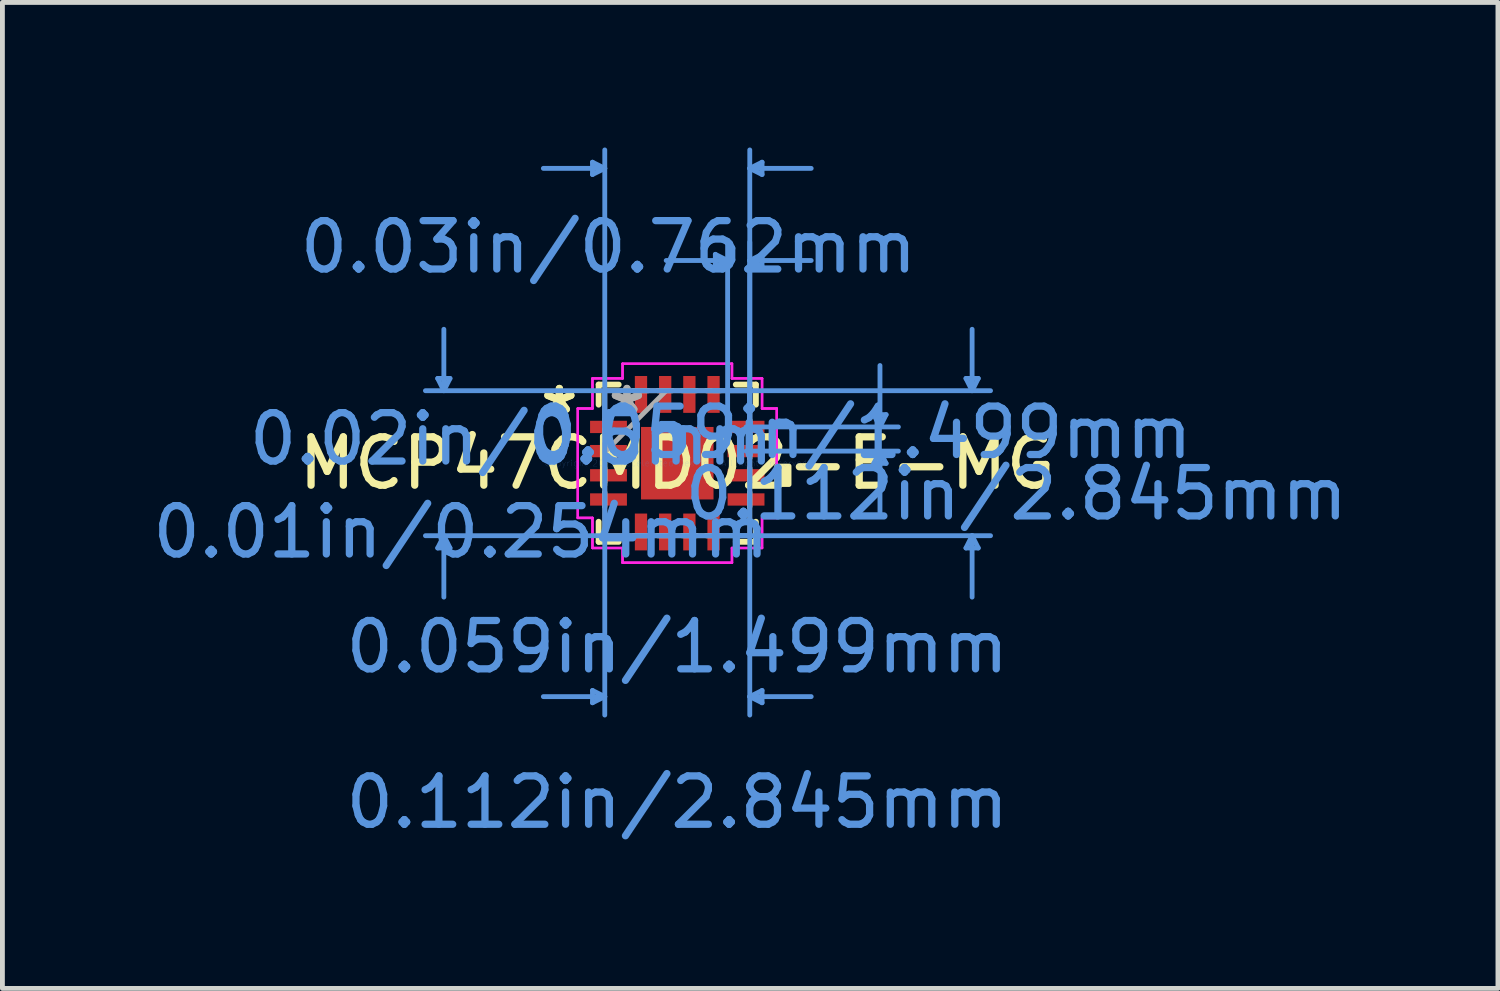
<source format=kicad_pcb>
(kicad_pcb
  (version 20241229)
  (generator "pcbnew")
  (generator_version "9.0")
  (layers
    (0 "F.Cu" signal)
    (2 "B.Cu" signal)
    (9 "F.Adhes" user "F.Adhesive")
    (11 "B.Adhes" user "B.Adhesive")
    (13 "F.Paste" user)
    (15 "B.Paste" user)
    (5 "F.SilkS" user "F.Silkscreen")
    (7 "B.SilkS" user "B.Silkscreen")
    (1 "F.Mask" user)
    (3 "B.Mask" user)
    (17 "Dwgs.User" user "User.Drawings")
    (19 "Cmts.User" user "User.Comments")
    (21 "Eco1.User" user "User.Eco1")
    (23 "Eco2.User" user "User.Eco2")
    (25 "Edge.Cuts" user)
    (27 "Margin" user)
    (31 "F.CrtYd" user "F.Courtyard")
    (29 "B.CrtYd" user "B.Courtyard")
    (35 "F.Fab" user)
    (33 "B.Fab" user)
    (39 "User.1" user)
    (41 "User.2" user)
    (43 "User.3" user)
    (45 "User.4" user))
  (footprint "MCP47CMD02-E-MG"
    (layer "F.Cu")
    (at 10.953 6.527)
    (property "Reference" "MCP47CMD02-E-MG" (at 0 0 0) (layer "F.SilkS") (effects (font (size 1 1) (thickness 0.15))))
    (attr through_hole)
    (fp_line (start -1.626 -1.626) (end -1.626 -1.21) (stroke (width 0.12) (type solid)) (layer "F.SilkS"))
    (fp_line (start -1.626 1.21) (end -1.626 1.626) (stroke (width 0.12) (type solid)) (layer "F.SilkS"))
    (fp_line (start -1.626 1.626) (end -1.21 1.626) (stroke (width 0.12) (type solid)) (layer "F.SilkS"))
    (fp_line (start -1.21 -1.626) (end -1.626 -1.626) (stroke (width 0.12) (type solid)) (layer "F.SilkS"))
    (fp_line (start 1.21 1.626) (end 1.626 1.626) (stroke (width 0.12) (type solid)) (layer "F.SilkS"))
    (fp_line (start 1.626 -1.626) (end 1.21 -1.626) (stroke (width 0.12) (type solid)) (layer "F.SilkS"))
    (fp_line (start 1.626 -1.21) (end 1.626 -1.626) (stroke (width 0.12) (type solid)) (layer "F.SilkS"))
    (fp_line (start 1.626 1.626) (end 1.626 1.21) (stroke (width 0.12) (type solid)) (layer "F.SilkS"))
    (fp_poly (pts (xy 2.311 0.059) (xy 2.311 0.441) (xy 2.057 0.441) (xy 2.057 0.059)) (stroke (width 0.1) (type solid)) (fill yes) (layer "F.SilkS"))
    (fp_line (start -4.953 -1.753) (end -4.699 -1.753) (stroke (width 0.1) (type solid)) (layer "Cmts.User"))
    (fp_line (start -4.953 1.753) (end -4.699 1.753) (stroke (width 0.1) (type solid)) (layer "Cmts.User"))
    (fp_line (start -4.826 -1.499) (end -4.953 -1.753) (stroke (width 0.1) (type solid)) (layer "Cmts.User"))
    (fp_line (start -4.826 -1.499) (end -4.826 -2.769) (stroke (width 0.1) (type solid)) (layer "Cmts.User"))
    (fp_line (start -4.826 -1.499) (end -4.699 -1.753) (stroke (width 0.1) (type solid)) (layer "Cmts.User"))
    (fp_line (start -4.826 1.499) (end -4.953 1.753) (stroke (width 0.1) (type solid)) (layer "Cmts.User"))
    (fp_line (start -4.826 1.499) (end -4.826 2.769) (stroke (width 0.1) (type solid)) (layer "Cmts.User"))
    (fp_line (start -4.826 1.499) (end -4.699 1.753) (stroke (width 0.1) (type solid)) (layer "Cmts.User"))
    (fp_line (start -1.753 -6.223) (end -1.753 -5.969) (stroke (width 0.1) (type solid)) (layer "Cmts.User"))
    (fp_line (start -1.753 4.699) (end -1.753 4.953) (stroke (width 0.1) (type solid)) (layer "Cmts.User"))
    (fp_line (start -1.499 -6.096) (end -2.769 -6.096) (stroke (width 0.1) (type solid)) (layer "Cmts.User"))
    (fp_line (start -1.499 -6.096) (end -1.753 -6.223) (stroke (width 0.1) (type solid)) (layer "Cmts.User"))
    (fp_line (start -1.499 -6.096) (end -1.753 -5.969) (stroke (width 0.1) (type solid)) (layer "Cmts.User"))
    (fp_line (start -1.499 -1.499) (end -1.499 5.207) (stroke (width 0.1) (type solid)) (layer "Cmts.User"))
    (fp_line (start -1.499 -0.75) (end -1.499 -6.477) (stroke (width 0.1) (type solid)) (layer "Cmts.User"))
    (fp_line (start -1.499 4.826) (end -2.769 4.826) (stroke (width 0.1) (type solid)) (layer "Cmts.User"))
    (fp_line (start -1.499 4.826) (end -1.753 4.699) (stroke (width 0.1) (type solid)) (layer "Cmts.User"))
    (fp_line (start -1.499 4.826) (end -1.753 4.953) (stroke (width 0.1) (type solid)) (layer "Cmts.User"))
    (fp_line (start 0.75 -1.499) (end 6.477 -1.499) (stroke (width 0.1) (type solid)) (layer "Cmts.User"))
    (fp_line (start 0.75 1.499) (end 6.477 1.499) (stroke (width 0.1) (type solid)) (layer "Cmts.User"))
    (fp_line (start 0.787 -4.318) (end 0.787 -4.064) (stroke (width 0.1) (type solid)) (layer "Cmts.User"))
    (fp_line (start 1.041 -4.191) (end -0.229 -4.191) (stroke (width 0.1) (type solid)) (layer "Cmts.User"))
    (fp_line (start 1.041 -4.191) (end 0.787 -4.318) (stroke (width 0.1) (type solid)) (layer "Cmts.User"))
    (fp_line (start 1.041 -4.191) (end 0.787 -4.064) (stroke (width 0.1) (type solid)) (layer "Cmts.User"))
    (fp_line (start 1.041 -0.75) (end 1.041 -4.572) (stroke (width 0.1) (type solid)) (layer "Cmts.User"))
    (fp_line (start 1.422 -0.75) (end 4.572 -0.75) (stroke (width 0.1) (type solid)) (layer "Cmts.User"))
    (fp_line (start 1.422 -0.25) (end 4.572 -0.25) (stroke (width 0.1) (type solid)) (layer "Cmts.User"))
    (fp_line (start 1.499 -6.096) (end 1.753 -6.223) (stroke (width 0.1) (type solid)) (layer "Cmts.User"))
    (fp_line (start 1.499 -6.096) (end 1.753 -5.969) (stroke (width 0.1) (type solid)) (layer "Cmts.User"))
    (fp_line (start 1.499 -6.096) (end 2.769 -6.096) (stroke (width 0.1) (type solid)) (layer "Cmts.User"))
    (fp_line (start 1.499 -4.191) (end 1.753 -4.318) (stroke (width 0.1) (type solid)) (layer "Cmts.User"))
    (fp_line (start 1.499 -4.191) (end 1.753 -4.064) (stroke (width 0.1) (type solid)) (layer "Cmts.User"))
    (fp_line (start 1.499 -4.191) (end 2.769 -4.191) (stroke (width 0.1) (type solid)) (layer "Cmts.User"))
    (fp_line (start 1.499 -1.499) (end -5.207 -1.499) (stroke (width 0.1) (type solid)) (layer "Cmts.User"))
    (fp_line (start 1.499 -1.499) (end 1.499 5.207) (stroke (width 0.1) (type solid)) (layer "Cmts.User"))
    (fp_line (start 1.499 -0.75) (end 1.499 -6.477) (stroke (width 0.1) (type solid)) (layer "Cmts.User"))
    (fp_line (start 1.499 -0.75) (end 1.499 -4.572) (stroke (width 0.1) (type solid)) (layer "Cmts.User"))
    (fp_line (start 1.499 1.499) (end -5.207 1.499) (stroke (width 0.1) (type solid)) (layer "Cmts.User"))
    (fp_line (start 1.499 4.826) (end 1.753 4.699) (stroke (width 0.1) (type solid)) (layer "Cmts.User"))
    (fp_line (start 1.499 4.826) (end 1.753 4.953) (stroke (width 0.1) (type solid)) (layer "Cmts.User"))
    (fp_line (start 1.499 4.826) (end 2.769 4.826) (stroke (width 0.1) (type solid)) (layer "Cmts.User"))
    (fp_line (start 1.753 -6.223) (end 1.753 -5.969) (stroke (width 0.1) (type solid)) (layer "Cmts.User"))
    (fp_line (start 1.753 -4.318) (end 1.753 -4.064) (stroke (width 0.1) (type solid)) (layer "Cmts.User"))
    (fp_line (start 1.753 4.699) (end 1.753 4.953) (stroke (width 0.1) (type solid)) (layer "Cmts.User"))
    (fp_line (start 4.064 -1.004) (end 4.318 -1.004) (stroke (width 0.1) (type solid)) (layer "Cmts.User"))
    (fp_line (start 4.064 0.004) (end 4.318 0.004) (stroke (width 0.1) (type solid)) (layer "Cmts.User"))
    (fp_line (start 4.191 -0.75) (end 4.064 -1.004) (stroke (width 0.1) (type solid)) (layer "Cmts.User"))
    (fp_line (start 4.191 -0.75) (end 4.191 -2.02) (stroke (width 0.1) (type solid)) (layer "Cmts.User"))
    (fp_line (start 4.191 -0.75) (end 4.318 -1.004) (stroke (width 0.1) (type solid)) (layer "Cmts.User"))
    (fp_line (start 4.191 -0.25) (end 4.064 0.004) (stroke (width 0.1) (type solid)) (layer "Cmts.User"))
    (fp_line (start 4.191 -0.25) (end 4.191 1.02) (stroke (width 0.1) (type solid)) (layer "Cmts.User"))
    (fp_line (start 4.191 -0.25) (end 4.318 0.004) (stroke (width 0.1) (type solid)) (layer "Cmts.User"))
    (fp_line (start 5.969 -1.753) (end 6.223 -1.753) (stroke (width 0.1) (type solid)) (layer "Cmts.User"))
    (fp_line (start 5.969 1.753) (end 6.223 1.753) (stroke (width 0.1) (type solid)) (layer "Cmts.User"))
    (fp_line (start 6.096 -1.499) (end 5.969 -1.753) (stroke (width 0.1) (type solid)) (layer "Cmts.User"))
    (fp_line (start 6.096 -1.499) (end 6.096 -2.769) (stroke (width 0.1) (type solid)) (layer "Cmts.User"))
    (fp_line (start 6.096 -1.499) (end 6.223 -1.753) (stroke (width 0.1) (type solid)) (layer "Cmts.User"))
    (fp_line (start 6.096 1.499) (end 5.969 1.753) (stroke (width 0.1) (type solid)) (layer "Cmts.User"))
    (fp_line (start 6.096 1.499) (end 6.096 2.769) (stroke (width 0.1) (type solid)) (layer "Cmts.User"))
    (fp_line (start 6.096 1.499) (end 6.223 1.753) (stroke (width 0.1) (type solid)) (layer "Cmts.User"))
    (fp_line (start -2.057 -1.131) (end -1.753 -1.131) (stroke (width 0.05) (type solid)) (layer "F.CrtYd"))
    (fp_line (start -2.057 -1.131) (end -1.753 -1.131) (stroke (width 0.05) (type solid)) (layer "F.CrtYd"))
    (fp_line (start -2.057 1.131) (end -2.057 -1.131) (stroke (width 0.05) (type solid)) (layer "F.CrtYd"))
    (fp_line (start -2.057 1.131) (end -2.057 -1.131) (stroke (width 0.05) (type solid)) (layer "F.CrtYd"))
    (fp_line (start -1.753 -1.753) (end -1.131 -1.753) (stroke (width 0.05) (type solid)) (layer "F.CrtYd"))
    (fp_line (start -1.753 -1.753) (end -1.131 -1.753) (stroke (width 0.05) (type solid)) (layer "F.CrtYd"))
    (fp_line (start -1.753 -1.131) (end -1.753 -1.753) (stroke (width 0.05) (type solid)) (layer "F.CrtYd"))
    (fp_line (start -1.753 -1.131) (end -1.753 -1.753) (stroke (width 0.05) (type solid)) (layer "F.CrtYd"))
    (fp_line (start -1.753 1.131) (end -2.057 1.131) (stroke (width 0.05) (type solid)) (layer "F.CrtYd"))
    (fp_line (start -1.753 1.131) (end -2.057 1.131) (stroke (width 0.05) (type solid)) (layer "F.CrtYd"))
    (fp_line (start -1.753 1.753) (end -1.753 1.131) (stroke (width 0.05) (type solid)) (layer "F.CrtYd"))
    (fp_line (start -1.753 1.753) (end -1.753 1.131) (stroke (width 0.05) (type solid)) (layer "F.CrtYd"))
    (fp_line (start -1.131 -2.057) (end 1.131 -2.057) (stroke (width 0.05) (type solid)) (layer "F.CrtYd"))
    (fp_line (start -1.131 -2.057) (end 1.131 -2.057) (stroke (width 0.05) (type solid)) (layer "F.CrtYd"))
    (fp_line (start -1.131 -1.753) (end -1.131 -2.057) (stroke (width 0.05) (type solid)) (layer "F.CrtYd"))
    (fp_line (start -1.131 -1.753) (end -1.131 -2.057) (stroke (width 0.05) (type solid)) (layer "F.CrtYd"))
    (fp_line (start -1.131 1.753) (end -1.753 1.753) (stroke (width 0.05) (type solid)) (layer "F.CrtYd"))
    (fp_line (start -1.131 1.753) (end -1.753 1.753) (stroke (width 0.05) (type solid)) (layer "F.CrtYd"))
    (fp_line (start -1.131 2.057) (end -1.131 1.753) (stroke (width 0.05) (type solid)) (layer "F.CrtYd"))
    (fp_line (start -1.131 2.057) (end -1.131 1.753) (stroke (width 0.05) (type solid)) (layer "F.CrtYd"))
    (fp_line (start 1.131 -2.057) (end 1.131 -1.753) (stroke (width 0.05) (type solid)) (layer "F.CrtYd"))
    (fp_line (start 1.131 -2.057) (end 1.131 -1.753) (stroke (width 0.05) (type solid)) (layer "F.CrtYd"))
    (fp_line (start 1.131 -1.753) (end 1.753 -1.753) (stroke (width 0.05) (type solid)) (layer "F.CrtYd"))
    (fp_line (start 1.131 -1.753) (end 1.753 -1.753) (stroke (width 0.05) (type solid)) (layer "F.CrtYd"))
    (fp_line (start 1.131 1.753) (end 1.131 2.057) (stroke (width 0.05) (type solid)) (layer "F.CrtYd"))
    (fp_line (start 1.131 1.753) (end 1.131 2.057) (stroke (width 0.05) (type solid)) (layer "F.CrtYd"))
    (fp_line (start 1.131 2.057) (end -1.131 2.057) (stroke (width 0.05) (type solid)) (layer "F.CrtYd"))
    (fp_line (start 1.131 2.057) (end -1.131 2.057) (stroke (width 0.05) (type solid)) (layer "F.CrtYd"))
    (fp_line (start 1.753 -1.753) (end 1.753 -1.131) (stroke (width 0.05) (type solid)) (layer "F.CrtYd"))
    (fp_line (start 1.753 -1.753) (end 1.753 -1.131) (stroke (width 0.05) (type solid)) (layer "F.CrtYd"))
    (fp_line (start 1.753 -1.131) (end 2.057 -1.131) (stroke (width 0.05) (type solid)) (layer "F.CrtYd"))
    (fp_line (start 1.753 -1.131) (end 2.057 -1.131) (stroke (width 0.05) (type solid)) (layer "F.CrtYd"))
    (fp_line (start 1.753 1.131) (end 1.753 1.753) (stroke (width 0.05) (type solid)) (layer "F.CrtYd"))
    (fp_line (start 1.753 1.131) (end 1.753 1.753) (stroke (width 0.05) (type solid)) (layer "F.CrtYd"))
    (fp_line (start 1.753 1.753) (end 1.131 1.753) (stroke (width 0.05) (type solid)) (layer "F.CrtYd"))
    (fp_line (start 1.753 1.753) (end 1.131 1.753) (stroke (width 0.05) (type solid)) (layer "F.CrtYd"))
    (fp_line (start 2.057 -1.131) (end 2.057 1.131) (stroke (width 0.05) (type solid)) (layer "F.CrtYd"))
    (fp_line (start 2.057 -1.131) (end 2.057 1.131) (stroke (width 0.05) (type solid)) (layer "F.CrtYd"))
    (fp_line (start 2.057 1.131) (end 1.753 1.131) (stroke (width 0.05) (type solid)) (layer "F.CrtYd"))
    (fp_line (start 2.057 1.131) (end 1.753 1.131) (stroke (width 0.05) (type solid)) (layer "F.CrtYd"))
    (fp_line (start -1.499 -1.499) (end -1.499 -1.499) (stroke (width 0.1) (type solid)) (layer "F.Fab"))
    (fp_line (start -1.499 -1.499) (end -1.499 1.499) (stroke (width 0.1) (type solid)) (layer "F.Fab"))
    (fp_line (start -1.499 -0.902) (end -1.499 -0.902) (stroke (width 0.1) (type solid)) (layer "F.Fab"))
    (fp_line (start -1.499 -0.902) (end -1.499 -0.598) (stroke (width 0.1) (type solid)) (layer "F.Fab"))
    (fp_line (start -1.499 -0.598) (end -1.499 -0.902) (stroke (width 0.1) (type solid)) (layer "F.Fab"))
    (fp_line (start -1.499 -0.598) (end -1.499 -0.598) (stroke (width 0.1) (type solid)) (layer "F.Fab"))
    (fp_line (start -1.499 -0.402) (end -1.499 -0.402) (stroke (width 0.1) (type solid)) (layer "F.Fab"))
    (fp_line (start -1.499 -0.402) (end -1.499 -0.098) (stroke (width 0.1) (type solid)) (layer "F.Fab"))
    (fp_line (start -1.499 -0.229) (end -0.229 -1.499) (stroke (width 0.1) (type solid)) (layer "F.Fab"))
    (fp_line (start -1.499 -0.098) (end -1.499 -0.402) (stroke (width 0.1) (type solid)) (layer "F.Fab"))
    (fp_line (start -1.499 -0.098) (end -1.499 -0.098) (stroke (width 0.1) (type solid)) (layer "F.Fab"))
    (fp_line (start -1.499 0.098) (end -1.499 0.098) (stroke (width 0.1) (type solid)) (layer "F.Fab"))
    (fp_line (start -1.499 0.098) (end -1.499 0.402) (stroke (width 0.1) (type solid)) (layer "F.Fab"))
    (fp_line (start -1.499 0.402) (end -1.499 0.098) (stroke (width 0.1) (type solid)) (layer "F.Fab"))
    (fp_line (start -1.499 0.402) (end -1.499 0.402) (stroke (width 0.1) (type solid)) (layer "F.Fab"))
    (fp_line (start -1.499 0.598) (end -1.499 0.598) (stroke (width 0.1) (type solid)) (layer "F.Fab"))
    (fp_line (start -1.499 0.598) (end -1.499 0.902) (stroke (width 0.1) (type solid)) (layer "F.Fab"))
    (fp_line (start -1.499 0.902) (end -1.499 0.598) (stroke (width 0.1) (type solid)) (layer "F.Fab"))
    (fp_line (start -1.499 0.902) (end -1.499 0.902) (stroke (width 0.1) (type solid)) (layer "F.Fab"))
    (fp_line (start -1.499 1.499) (end -1.499 1.499) (stroke (width 0.1) (type solid)) (layer "F.Fab"))
    (fp_line (start -1.499 1.499) (end 1.499 1.499) (stroke (width 0.1) (type solid)) (layer "F.Fab"))
    (fp_line (start -0.902 -1.499) (end -0.902 -1.499) (stroke (width 0.1) (type solid)) (layer "F.Fab"))
    (fp_line (start -0.902 -1.499) (end -0.598 -1.499) (stroke (width 0.1) (type solid)) (layer "F.Fab"))
    (fp_line (start -0.902 1.499) (end -0.902 1.499) (stroke (width 0.1) (type solid)) (layer "F.Fab"))
    (fp_line (start -0.902 1.499) (end -0.598 1.499) (stroke (width 0.1) (type solid)) (layer "F.Fab"))
    (fp_line (start -0.598 -1.499) (end -0.902 -1.499) (stroke (width 0.1) (type solid)) (layer "F.Fab"))
    (fp_line (start -0.598 -1.499) (end -0.598 -1.499) (stroke (width 0.1) (type solid)) (layer "F.Fab"))
    (fp_line (start -0.598 1.499) (end -0.902 1.499) (stroke (width 0.1) (type solid)) (layer "F.Fab"))
    (fp_line (start -0.598 1.499) (end -0.598 1.499) (stroke (width 0.1) (type solid)) (layer "F.Fab"))
    (fp_line (start -0.402 -1.499) (end -0.402 -1.499) (stroke (width 0.1) (type solid)) (layer "F.Fab"))
    (fp_line (start -0.402 -1.499) (end -0.098 -1.499) (stroke (width 0.1) (type solid)) (layer "F.Fab"))
    (fp_line (start -0.402 1.499) (end -0.402 1.499) (stroke (width 0.1) (type solid)) (layer "F.Fab"))
    (fp_line (start -0.402 1.499) (end -0.098 1.499) (stroke (width 0.1) (type solid)) (layer "F.Fab"))
    (fp_line (start -0.098 -1.499) (end -0.402 -1.499) (stroke (width 0.1) (type solid)) (layer "F.Fab"))
    (fp_line (start -0.098 -1.499) (end -0.098 -1.499) (stroke (width 0.1) (type solid)) (layer "F.Fab"))
    (fp_line (start -0.098 1.499) (end -0.402 1.499) (stroke (width 0.1) (type solid)) (layer "F.Fab"))
    (fp_line (start -0.098 1.499) (end -0.098 1.499) (stroke (width 0.1) (type solid)) (layer "F.Fab"))
    (fp_line (start 0.098 -1.499) (end 0.098 -1.499) (stroke (width 0.1) (type solid)) (layer "F.Fab"))
    (fp_line (start 0.098 -1.499) (end 0.402 -1.499) (stroke (width 0.1) (type solid)) (layer "F.Fab"))
    (fp_line (start 0.098 1.499) (end 0.098 1.499) (stroke (width 0.1) (type solid)) (layer "F.Fab"))
    (fp_line (start 0.098 1.499) (end 0.402 1.499) (stroke (width 0.1) (type solid)) (layer "F.Fab"))
    (fp_line (start 0.402 -1.499) (end 0.098 -1.499) (stroke (width 0.1) (type solid)) (layer "F.Fab"))
    (fp_line (start 0.402 -1.499) (end 0.402 -1.499) (stroke (width 0.1) (type solid)) (layer "F.Fab"))
    (fp_line (start 0.402 1.499) (end 0.098 1.499) (stroke (width 0.1) (type solid)) (layer "F.Fab"))
    (fp_line (start 0.402 1.499) (end 0.402 1.499) (stroke (width 0.1) (type solid)) (layer "F.Fab"))
    (fp_line (start 0.598 -1.499) (end 0.598 -1.499) (stroke (width 0.1) (type solid)) (layer "F.Fab"))
    (fp_line (start 0.598 -1.499) (end 0.902 -1.499) (stroke (width 0.1) (type solid)) (layer "F.Fab"))
    (fp_line (start 0.598 1.499) (end 0.598 1.499) (stroke (width 0.1) (type solid)) (layer "F.Fab"))
    (fp_line (start 0.598 1.499) (end 0.902 1.499) (stroke (width 0.1) (type solid)) (layer "F.Fab"))
    (fp_line (start 0.902 -1.499) (end 0.598 -1.499) (stroke (width 0.1) (type solid)) (layer "F.Fab"))
    (fp_line (start 0.902 -1.499) (end 0.902 -1.499) (stroke (width 0.1) (type solid)) (layer "F.Fab"))
    (fp_line (start 0.902 1.499) (end 0.598 1.499) (stroke (width 0.1) (type solid)) (layer "F.Fab"))
    (fp_line (start 0.902 1.499) (end 0.902 1.499) (stroke (width 0.1) (type solid)) (layer "F.Fab"))
    (fp_line (start 1.499 -1.499) (end -1.499 -1.499) (stroke (width 0.1) (type solid)) (layer "F.Fab"))
    (fp_line (start 1.499 -1.499) (end 1.499 -1.499) (stroke (width 0.1) (type solid)) (layer "F.Fab"))
    (fp_line (start 1.499 -0.902) (end 1.499 -0.902) (stroke (width 0.1) (type solid)) (layer "F.Fab"))
    (fp_line (start 1.499 -0.902) (end 1.499 -0.598) (stroke (width 0.1) (type solid)) (layer "F.Fab"))
    (fp_line (start 1.499 -0.598) (end 1.499 -0.902) (stroke (width 0.1) (type solid)) (layer "F.Fab"))
    (fp_line (start 1.499 -0.598) (end 1.499 -0.598) (stroke (width 0.1) (type solid)) (layer "F.Fab"))
    (fp_line (start 1.499 -0.402) (end 1.499 -0.402) (stroke (width 0.1) (type solid)) (layer "F.Fab"))
    (fp_line (start 1.499 -0.402) (end 1.499 -0.098) (stroke (width 0.1) (type solid)) (layer "F.Fab"))
    (fp_line (start 1.499 -0.098) (end 1.499 -0.402) (stroke (width 0.1) (type solid)) (layer "F.Fab"))
    (fp_line (start 1.499 -0.098) (end 1.499 -0.098) (stroke (width 0.1) (type solid)) (layer "F.Fab"))
    (fp_line (start 1.499 0.098) (end 1.499 0.098) (stroke (width 0.1) (type solid)) (layer "F.Fab"))
    (fp_line (start 1.499 0.098) (end 1.499 0.402) (stroke (width 0.1) (type solid)) (layer "F.Fab"))
    (fp_line (start 1.499 0.402) (end 1.499 0.098) (stroke (width 0.1) (type solid)) (layer "F.Fab"))
    (fp_line (start 1.499 0.402) (end 1.499 0.402) (stroke (width 0.1) (type solid)) (layer "F.Fab"))
    (fp_line (start 1.499 0.598) (end 1.499 0.598) (stroke (width 0.1) (type solid)) (layer "F.Fab"))
    (fp_line (start 1.499 0.598) (end 1.499 0.902) (stroke (width 0.1) (type solid)) (layer "F.Fab"))
    (fp_line (start 1.499 0.902) (end 1.499 0.598) (stroke (width 0.1) (type solid)) (layer "F.Fab"))
    (fp_line (start 1.499 0.902) (end 1.499 0.902) (stroke (width 0.1) (type solid)) (layer "F.Fab"))
    (fp_line (start 1.499 1.499) (end 1.499 -1.499) (stroke (width 0.1) (type solid)) (layer "F.Fab"))
    (fp_line (start 1.499 1.499) (end 1.499 1.499) (stroke (width 0.1) (type solid)) (layer "F.Fab"))
    (fp_text user "*" (at -2.438 -1 0) (layer "F.SilkS") (effects (font (size 1 1) (thickness 0.15))))
    (fp_text user "*" (at -2.438 -1 0) (layer "F.SilkS") (effects (font (size 1 1) (thickness 0.15))))
    (fp_text user "0.059in/1.499mm" (at 3.797 -0.635 0) (layer "Cmts.User") (effects (font (size 1 1) (thickness 0.15))))
    (fp_text user "Copyright 2021 Accelerated Designs. All rights reserved." (at 0 0 0) (layer "Cmts.User") (effects (font (size 0.127 0.127) (thickness 0.002))))
    (fp_text user "0.112in/2.845mm" (at 7.01 0.635 0) (layer "Cmts.User") (effects (font (size 1 1) (thickness 0.15))))
    (fp_text user "0.059in/1.499mm" (at 0 3.797 0) (layer "Cmts.User") (effects (font (size 1 1) (thickness 0.15))))
    (fp_text user "0.02in/0.5mm" (at -3.429 -0.5 0) (layer "Cmts.User") (effects (font (size 1 1) (thickness 0.15))))
    (fp_text user "0.112in/2.845mm" (at 0 7.01 0) (layer "Cmts.User") (effects (font (size 1 1) (thickness 0.15))))
    (fp_text user "0.03in/0.762mm" (at -1.422 -4.47 0) (layer "Cmts.User") (effects (font (size 1 1) (thickness 0.15))))
    (fp_text user "0.01in/0.254mm" (at -4.47 1.422 0) (layer "Cmts.User") (effects (font (size 1 1) (thickness 0.15))))
    (fp_text user "*" (at -1.041 -1 0) (layer "F.Fab") (effects (font (size 1 1) (thickness 0.15))))
    (fp_text user "*" (at -1.041 -1 0) (layer "F.Fab") (effects (font (size 1 1) (thickness 0.15))))
    (pad "1" smd rect (at -1.422 -0.75 90) (size 0.254 0.762) (layers "F.Cu" "F.Mask" "F.Paste"))
    (pad "2" smd rect (at -1.422 -0.25 90) (size 0.254 0.762) (layers "F.Cu" "F.Mask" "F.Paste"))
    (pad "3" smd rect (at -1.422 0.25 90) (size 0.254 0.762) (layers "F.Cu" "F.Mask" "F.Paste"))
    (pad "4" smd rect (at -1.422 0.75 90) (size 0.254 0.762) (layers "F.Cu" "F.Mask" "F.Paste"))
    (pad "5" smd rect (at -0.75 1.422) (size 0.254 0.762) (layers "F.Cu" "F.Mask" "F.Paste"))
    (pad "6" smd rect (at -0.25 1.422) (size 0.254 0.762) (layers "F.Cu" "F.Mask" "F.Paste"))
    (pad "7" smd rect (at 0.25 1.422) (size 0.254 0.762) (layers "F.Cu" "F.Mask" "F.Paste"))
    (pad "8" smd rect (at 0.75 1.422) (size 0.254 0.762) (layers "F.Cu" "F.Mask" "F.Paste"))
    (pad "9" smd rect (at 1.422 0.75 90) (size 0.254 0.762) (layers "F.Cu" "F.Mask" "F.Paste"))
    (pad "10" smd rect (at 1.422 0.25 90) (size 0.254 0.762) (layers "F.Cu" "F.Mask" "F.Paste"))
    (pad "11" smd rect (at 1.422 -0.25 90) (size 0.254 0.762) (layers "F.Cu" "F.Mask" "F.Paste"))
    (pad "12" smd rect (at 1.422 -0.75 90) (size 0.254 0.762) (layers "F.Cu" "F.Mask" "F.Paste"))
    (pad "13" smd rect (at 0.75 -1.422) (size 0.254 0.762) (layers "F.Cu" "F.Mask" "F.Paste"))
    (pad "14" smd rect (at 0.25 -1.422) (size 0.254 0.762) (layers "F.Cu" "F.Mask" "F.Paste"))
    (pad "15" smd rect (at -0.25 -1.422) (size 0.254 0.762) (layers "F.Cu" "F.Mask" "F.Paste"))
    (pad "16" smd rect (at -0.75 -1.422) (size 0.254 0.762) (layers "F.Cu" "F.Mask" "F.Paste"))
    (pad "17" smd rect (at 0 0) (size 1.499 1.499) (layers "F.Cu" "F.Mask" "F.Paste")))
  (gr_rect
    (start -3 -3)
    (end 27.921 17.386)
    (stroke (width 0.1) (type default))
    (fill no)
    (layer "Edge.Cuts")))
</source>
